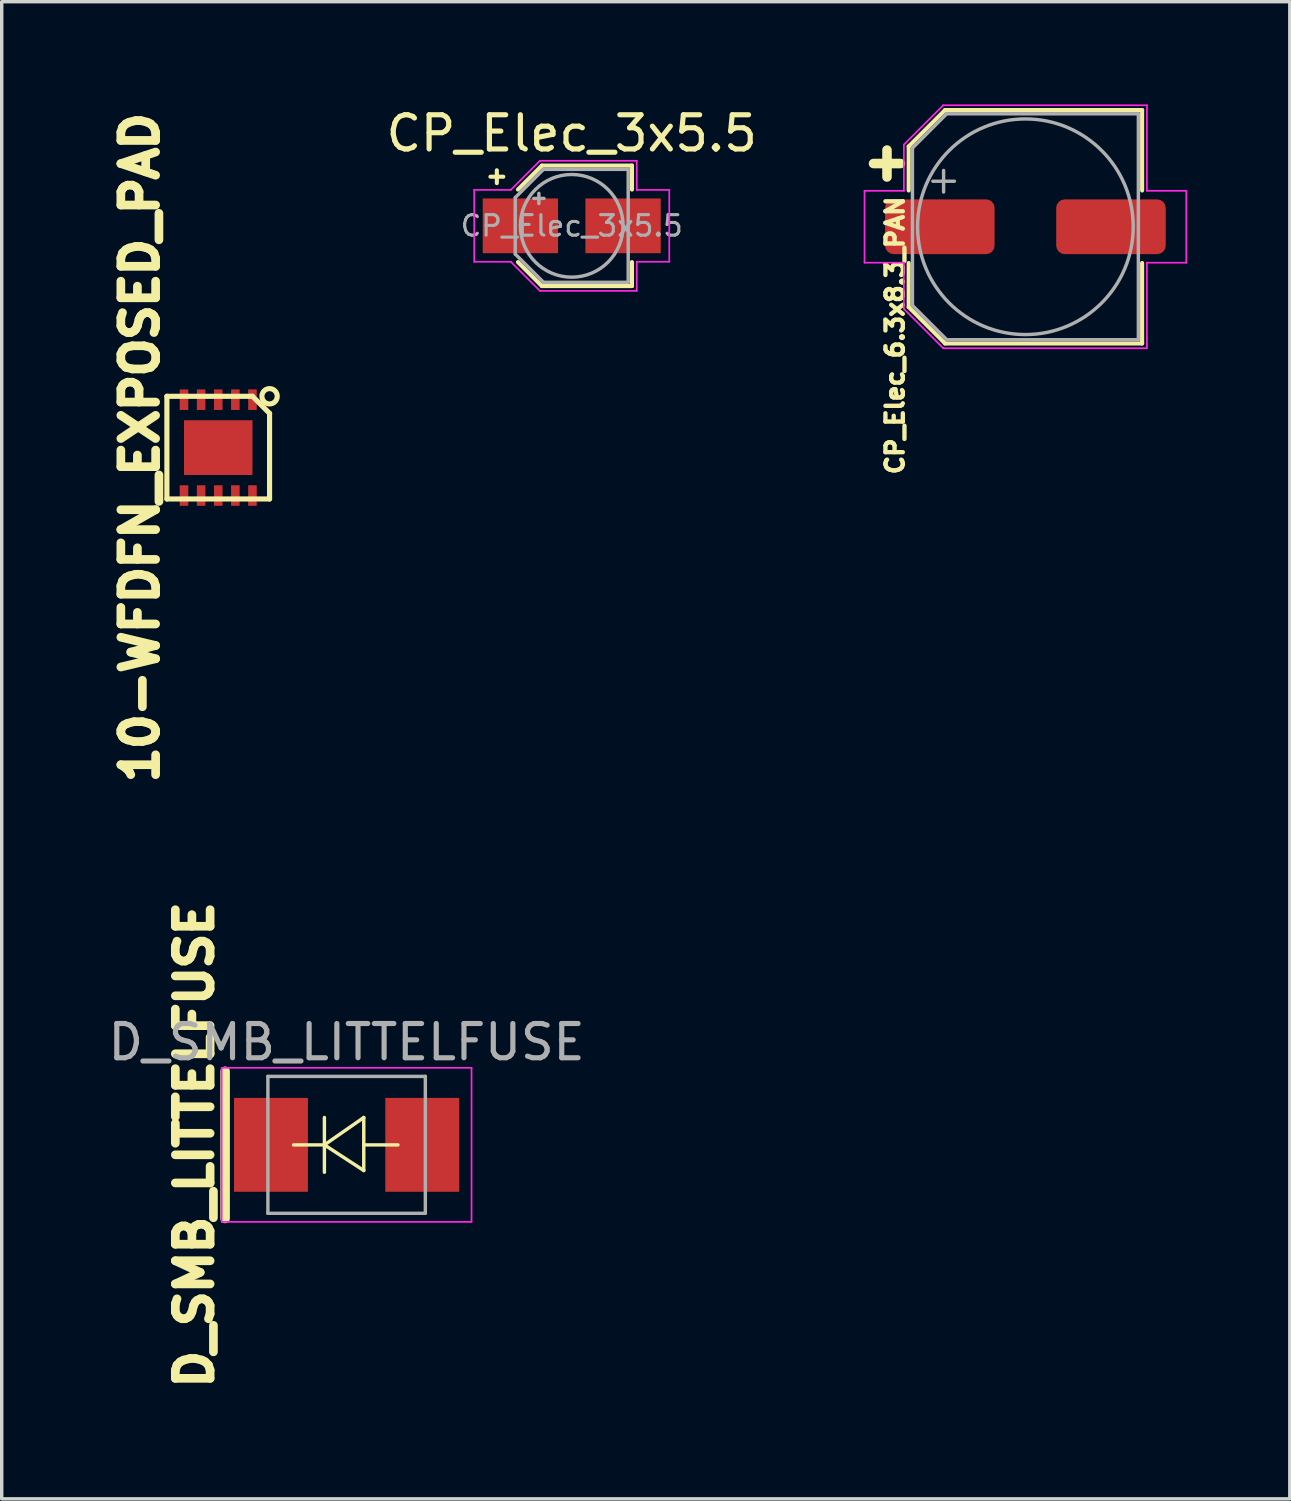
<source format=kicad_pcb>
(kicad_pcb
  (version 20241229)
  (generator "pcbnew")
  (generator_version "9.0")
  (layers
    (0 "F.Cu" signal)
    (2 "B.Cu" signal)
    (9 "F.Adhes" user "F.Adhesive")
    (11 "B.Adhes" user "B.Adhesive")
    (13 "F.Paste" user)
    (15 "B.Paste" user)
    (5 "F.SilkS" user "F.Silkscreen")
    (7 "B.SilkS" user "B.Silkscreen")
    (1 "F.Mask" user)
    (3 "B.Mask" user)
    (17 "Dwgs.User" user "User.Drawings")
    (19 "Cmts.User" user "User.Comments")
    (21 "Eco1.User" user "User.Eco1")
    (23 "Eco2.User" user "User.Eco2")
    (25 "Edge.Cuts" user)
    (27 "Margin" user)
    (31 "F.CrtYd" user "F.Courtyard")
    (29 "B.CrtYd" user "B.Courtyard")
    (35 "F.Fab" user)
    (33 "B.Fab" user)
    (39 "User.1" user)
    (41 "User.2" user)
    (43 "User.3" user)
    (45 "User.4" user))
  (footprint "CP_Elec_6.3x8.3_PAN"
    (layer "F.Cu")
    (at 26.909 3.575)
    (property "Reference" "CP_Elec_6.3x8.3_PAN" (at -3.81 3.175 90) (layer "F.SilkS") (effects (font (size 0.508 0.508) (thickness 0.127))))
    (attr smd)
    (fp_line (start -4.438 -1.847) (end -3.65 -1.847) (stroke (width 0.279) (type solid)) (layer "F.SilkS"))
    (fp_line (start -4.044 -2.241) (end -4.044 -1.454) (stroke (width 0.279) (type solid)) (layer "F.SilkS"))
    (fp_line (start -3.41 -2.346) (end -3.41 -1.06) (stroke (width 0.12) (type solid)) (layer "F.SilkS"))
    (fp_line (start -3.41 -2.346) (end -2.346 -3.41) (stroke (width 0.12) (type solid)) (layer "F.SilkS"))
    (fp_line (start -3.41 2.346) (end -3.41 1.06) (stroke (width 0.12) (type solid)) (layer "F.SilkS"))
    (fp_line (start -3.41 2.346) (end -2.346 3.41) (stroke (width 0.12) (type solid)) (layer "F.SilkS"))
    (fp_line (start -2.346 -3.41) (end 3.41 -3.41) (stroke (width 0.12) (type solid)) (layer "F.SilkS"))
    (fp_line (start -2.346 3.41) (end 3.41 3.41) (stroke (width 0.12) (type solid)) (layer "F.SilkS"))
    (fp_line (start 3.41 -3.41) (end 3.41 -1.06) (stroke (width 0.12) (type solid)) (layer "F.SilkS"))
    (fp_line (start 3.41 3.41) (end 3.41 1.06) (stroke (width 0.12) (type solid)) (layer "F.SilkS"))
    (fp_line (start -4.7 -1.05) (end -4.7 1.05) (stroke (width 0.05) (type solid)) (layer "F.CrtYd"))
    (fp_line (start -4.7 1.05) (end -3.55 1.05) (stroke (width 0.05) (type solid)) (layer "F.CrtYd"))
    (fp_line (start -3.55 -2.4) (end -3.55 -1.05) (stroke (width 0.05) (type solid)) (layer "F.CrtYd"))
    (fp_line (start -3.55 -2.4) (end -2.4 -3.55) (stroke (width 0.05) (type solid)) (layer "F.CrtYd"))
    (fp_line (start -3.55 -1.05) (end -4.7 -1.05) (stroke (width 0.05) (type solid)) (layer "F.CrtYd"))
    (fp_line (start -3.55 1.05) (end -3.55 2.4) (stroke (width 0.05) (type solid)) (layer "F.CrtYd"))
    (fp_line (start -3.55 2.4) (end -2.4 3.55) (stroke (width 0.05) (type solid)) (layer "F.CrtYd"))
    (fp_line (start -2.4 -3.55) (end 3.55 -3.55) (stroke (width 0.05) (type solid)) (layer "F.CrtYd"))
    (fp_line (start -2.4 3.55) (end 3.55 3.55) (stroke (width 0.05) (type solid)) (layer "F.CrtYd"))
    (fp_line (start 3.55 -3.55) (end 3.55 -1.05) (stroke (width 0.05) (type solid)) (layer "F.CrtYd"))
    (fp_line (start 3.55 -1.05) (end 4.7 -1.05) (stroke (width 0.05) (type solid)) (layer "F.CrtYd"))
    (fp_line (start 3.55 1.05) (end 3.55 3.55) (stroke (width 0.05) (type solid)) (layer "F.CrtYd"))
    (fp_line (start 4.7 -1.05) (end 4.7 1.05) (stroke (width 0.05) (type solid)) (layer "F.CrtYd"))
    (fp_line (start 4.7 1.05) (end 3.55 1.05) (stroke (width 0.05) (type solid)) (layer "F.CrtYd"))
    (fp_line (start -3.3 -2.3) (end -3.3 2.3) (stroke (width 0.1) (type solid)) (layer "F.Fab"))
    (fp_line (start -3.3 -2.3) (end -2.3 -3.3) (stroke (width 0.1) (type solid)) (layer "F.Fab"))
    (fp_line (start -3.3 2.3) (end -2.3 3.3) (stroke (width 0.1) (type solid)) (layer "F.Fab"))
    (fp_line (start -2.705 -1.33) (end -2.075 -1.33) (stroke (width 0.1) (type solid)) (layer "F.Fab"))
    (fp_line (start -2.39 -1.645) (end -2.39 -1.015) (stroke (width 0.1) (type solid)) (layer "F.Fab"))
    (fp_line (start -2.3 -3.3) (end 3.3 -3.3) (stroke (width 0.1) (type solid)) (layer "F.Fab"))
    (fp_line (start -2.3 3.3) (end 3.3 3.3) (stroke (width 0.1) (type solid)) (layer "F.Fab"))
    (fp_line (start 3.3 -3.3) (end 3.3 3.3) (stroke (width 0.1) (type solid)) (layer "F.Fab"))
    (fp_circle (center 0 0) (end 3.15 0) (stroke (width 0.1) (type solid)) (fill no) (layer "F.Fab"))
    (pad "1" smd roundrect (at -2.5 0) (size 3.2 1.6) (layers "F.Cu" "F.Mask" "F.Paste") (roundrect_rratio 0.156))
    (pad "2" smd roundrect (at 2.5 0) (size 3.2 1.6) (layers "F.Cu" "F.Mask" "F.Paste") (roundrect_rratio 0.156)))
  (footprint "10-WFDFN_EXPOSED_PAD"
    (layer "F.Cu")
    (at 3.326 10.028)
    (property "Reference" "10-WFDFN_EXPOSED_PAD" (at -2.286 0 90) (layer "F.SilkS") (effects (font (size 1.016 1.016) (thickness 0.254))))
    (attr through_hole)
    (fp_line (start -1.5 -1.5) (end -1.5 1.5) (stroke (width 0.15) (type solid)) (layer "F.SilkS"))
    (fp_line (start -1.5 -1.5) (end 1 -1.5) (stroke (width 0.15) (type solid)) (layer "F.SilkS"))
    (fp_line (start -1.5 1.5) (end 1.5 1.5) (stroke (width 0.15) (type solid)) (layer "F.SilkS"))
    (fp_line (start 1 -1.5) (end 1.5 -1) (stroke (width 0.15) (type solid)) (layer "F.SilkS"))
    (fp_line (start 1.5 1.5) (end 1.5 -1) (stroke (width 0.15) (type solid)) (layer "F.SilkS"))
    (fp_circle (center 1.5 -1.5) (end 1.724 -1.5) (stroke (width 0.15) (type solid)) (fill no) (layer "F.SilkS"))
    (pad "" smd rect (at 0 0) (size 2 1.6) (layers "F.Cu" "F.Mask" "F.Paste"))
    (pad "1" smd rect (at 1 -1.4) (size 0.25 0.6) (layers "F.Cu" "F.Mask" "F.Paste"))
    (pad "2" smd rect (at 0.5 -1.4) (size 0.25 0.6) (layers "F.Cu" "F.Mask" "F.Paste"))
    (pad "3" smd rect (at 0 -1.4) (size 0.25 0.6) (layers "F.Cu" "F.Mask" "F.Paste"))
    (pad "4" smd rect (at -0.5 -1.4) (size 0.25 0.6) (layers "F.Cu" "F.Mask" "F.Paste"))
    (pad "5" smd rect (at -1 -1.4) (size 0.25 0.6) (layers "F.Cu" "F.Mask" "F.Paste"))
    (pad "6" smd rect (at -1 1.4) (size 0.25 0.6) (layers "F.Cu" "F.Mask" "F.Paste"))
    (pad "7" smd rect (at -0.5 1.4) (size 0.25 0.6) (layers "F.Cu" "F.Mask" "F.Paste"))
    (pad "8" smd rect (at 0 1.4) (size 0.25 0.6) (layers "F.Cu" "F.Mask" "F.Paste"))
    (pad "9" smd rect (at 0.5 1.4) (size 0.25 0.6) (layers "F.Cu" "F.Mask" "F.Paste"))
    (pad "10" smd rect (at 1 1.4) (size 0.25 0.6) (layers "F.Cu" "F.Mask" "F.Paste")))
  (footprint "D_SMB_LITTELFUSE"
    (layer "F.Cu")
    (at 7.077 30.399)
    (property "Reference" "D_SMB_LITTELFUSE" (at -4.445 0 90) (layer "F.SilkS") (effects (font (size 1.016 1.016) (thickness 0.254))))
    (attr smd)
    (fp_line (start -3.55 -2.15) (end -3.55 2.15) (stroke (width 0.279) (type solid)) (layer "F.SilkS"))
    (fp_line (start -0.649 -0.799) (end -0.649 0.801) (stroke (width 0.1) (type solid)) (layer "F.SilkS"))
    (fp_line (start -0.649 0.001) (end -1.551 0.001) (stroke (width 0.1) (type solid)) (layer "F.SilkS"))
    (fp_line (start -0.649 0.001) (end 0.501 -0.799) (stroke (width 0.1) (type solid)) (layer "F.SilkS"))
    (fp_line (start -0.649 0.001) (end 0.501 0.75) (stroke (width 0.1) (type solid)) (layer "F.SilkS"))
    (fp_line (start 0.501 0.001) (end 1.499 0.001) (stroke (width 0.1) (type solid)) (layer "F.SilkS"))
    (fp_line (start 0.501 0.75) (end 0.501 -0.799) (stroke (width 0.1) (type solid)) (layer "F.SilkS"))
    (fp_line (start -3.65 -2.25) (end 3.65 -2.25) (stroke (width 0.05) (type solid)) (layer "F.CrtYd"))
    (fp_line (start -3.65 2.25) (end -3.65 -2.25) (stroke (width 0.05) (type solid)) (layer "F.CrtYd"))
    (fp_line (start 3.65 -2.25) (end 3.65 2.25) (stroke (width 0.05) (type solid)) (layer "F.CrtYd"))
    (fp_line (start 3.65 2.25) (end -3.65 2.25) (stroke (width 0.05) (type solid)) (layer "F.CrtYd"))
    (fp_line (start -2.3 2) (end -2.3 -2) (stroke (width 0.1) (type solid)) (layer "F.Fab"))
    (fp_line (start 2.3 -2) (end -2.3 -2) (stroke (width 0.1) (type solid)) (layer "F.Fab"))
    (fp_line (start 2.3 -2) (end 2.3 2) (stroke (width 0.1) (type solid)) (layer "F.Fab"))
    (fp_line (start 2.3 2) (end -2.3 2) (stroke (width 0.1) (type solid)) (layer "F.Fab"))
    (fp_text user "${REFERENCE}" (at 0 -3 0) (layer "F.Fab") (effects (font (size 1 1) (thickness 0.15))))
    (pad "1" smd rect (at -2.21 0) (size 2.159 2.743) (layers "F.Cu" "F.Mask" "F.Paste"))
    (pad "2" smd rect (at 2.21 0) (size 2.159 2.743) (layers "F.Cu" "F.Mask" "F.Paste")))
  (footprint "CP_Elec_3x5.5"
    (layer "F.Cu")
    (at 13.654 3.548)
    (property "Reference" "CP_Elec_3x5.5" (at 0 -2.7 0) (layer "F.SilkS") (effects (font (size 1 1) (thickness 0.15))))
    (attr smd)
    (fp_line (start -2.375 -1.435) (end -2 -1.435) (stroke (width 0.12) (type solid)) (layer "F.SilkS"))
    (fp_line (start -2.188 -1.623) (end -2.188 -1.248) (stroke (width 0.12) (type solid)) (layer "F.SilkS"))
    (fp_line (start -1.571 -1.06) (end -0.871 -1.76) (stroke (width 0.12) (type solid)) (layer "F.SilkS"))
    (fp_line (start -1.571 1.06) (end -0.871 1.76) (stroke (width 0.12) (type solid)) (layer "F.SilkS"))
    (fp_line (start -0.871 -1.76) (end 1.76 -1.76) (stroke (width 0.12) (type solid)) (layer "F.SilkS"))
    (fp_line (start -0.871 1.76) (end 1.76 1.76) (stroke (width 0.12) (type solid)) (layer "F.SilkS"))
    (fp_line (start 1.76 -1.76) (end 1.76 -1.06) (stroke (width 0.12) (type solid)) (layer "F.SilkS"))
    (fp_line (start 1.76 1.76) (end 1.76 1.06) (stroke (width 0.12) (type solid)) (layer "F.SilkS"))
    (fp_line (start -2.85 -1.05) (end -2.85 1.05) (stroke (width 0.05) (type solid)) (layer "F.CrtYd"))
    (fp_line (start -2.85 1.05) (end -1.78 1.05) (stroke (width 0.05) (type solid)) (layer "F.CrtYd"))
    (fp_line (start -1.78 -1.05) (end -2.85 -1.05) (stroke (width 0.05) (type solid)) (layer "F.CrtYd"))
    (fp_line (start -1.78 -1.05) (end -0.93 -1.9) (stroke (width 0.05) (type solid)) (layer "F.CrtYd"))
    (fp_line (start -1.78 1.05) (end -0.93 1.9) (stroke (width 0.05) (type solid)) (layer "F.CrtYd"))
    (fp_line (start -0.93 -1.9) (end 1.9 -1.9) (stroke (width 0.05) (type solid)) (layer "F.CrtYd"))
    (fp_line (start -0.93 1.9) (end 1.9 1.9) (stroke (width 0.05) (type solid)) (layer "F.CrtYd"))
    (fp_line (start 1.9 -1.9) (end 1.9 -1.05) (stroke (width 0.05) (type solid)) (layer "F.CrtYd"))
    (fp_line (start 1.9 -1.05) (end 2.85 -1.05) (stroke (width 0.05) (type solid)) (layer "F.CrtYd"))
    (fp_line (start 1.9 1.05) (end 1.9 1.9) (stroke (width 0.05) (type solid)) (layer "F.CrtYd"))
    (fp_line (start 2.85 -1.05) (end 2.85 1.05) (stroke (width 0.05) (type solid)) (layer "F.CrtYd"))
    (fp_line (start 2.85 1.05) (end 1.9 1.05) (stroke (width 0.05) (type solid)) (layer "F.CrtYd"))
    (fp_line (start -1.65 -0.825) (end -1.65 0.825) (stroke (width 0.1) (type solid)) (layer "F.Fab"))
    (fp_line (start -1.65 -0.825) (end -0.825 -1.65) (stroke (width 0.1) (type solid)) (layer "F.Fab"))
    (fp_line (start -1.65 0.825) (end -0.825 1.65) (stroke (width 0.1) (type solid)) (layer "F.Fab"))
    (fp_line (start -1.11 -0.8) (end -0.81 -0.8) (stroke (width 0.1) (type solid)) (layer "F.Fab"))
    (fp_line (start -0.96 -0.95) (end -0.96 -0.65) (stroke (width 0.1) (type solid)) (layer "F.Fab"))
    (fp_line (start -0.825 -1.65) (end 1.65 -1.65) (stroke (width 0.1) (type solid)) (layer "F.Fab"))
    (fp_line (start -0.825 1.65) (end 1.65 1.65) (stroke (width 0.1) (type solid)) (layer "F.Fab"))
    (fp_line (start 1.65 -1.65) (end 1.65 1.65) (stroke (width 0.1) (type solid)) (layer "F.Fab"))
    (fp_circle (center 0 0) (end 1.5 0) (stroke (width 0.1) (type solid)) (fill no) (layer "F.Fab"))
    (fp_text user "${REFERENCE}" (at 0 0 0) (layer "F.Fab") (effects (font (size 0.6 0.6) (thickness 0.09))))
    (pad "1" smd rect (at -1.5 0) (size 2.2 1.6) (layers "F.Cu" "F.Mask" "F.Paste"))
    (pad "2" smd rect (at 1.5 0) (size 2.2 1.6) (layers "F.Cu" "F.Mask" "F.Paste")))
  (gr_rect
    (start -3 -3)
    (end 34.634 40.742)
    (stroke (width 0.1) (type default))
    (fill no)
    (layer "Edge.Cuts")))
</source>
